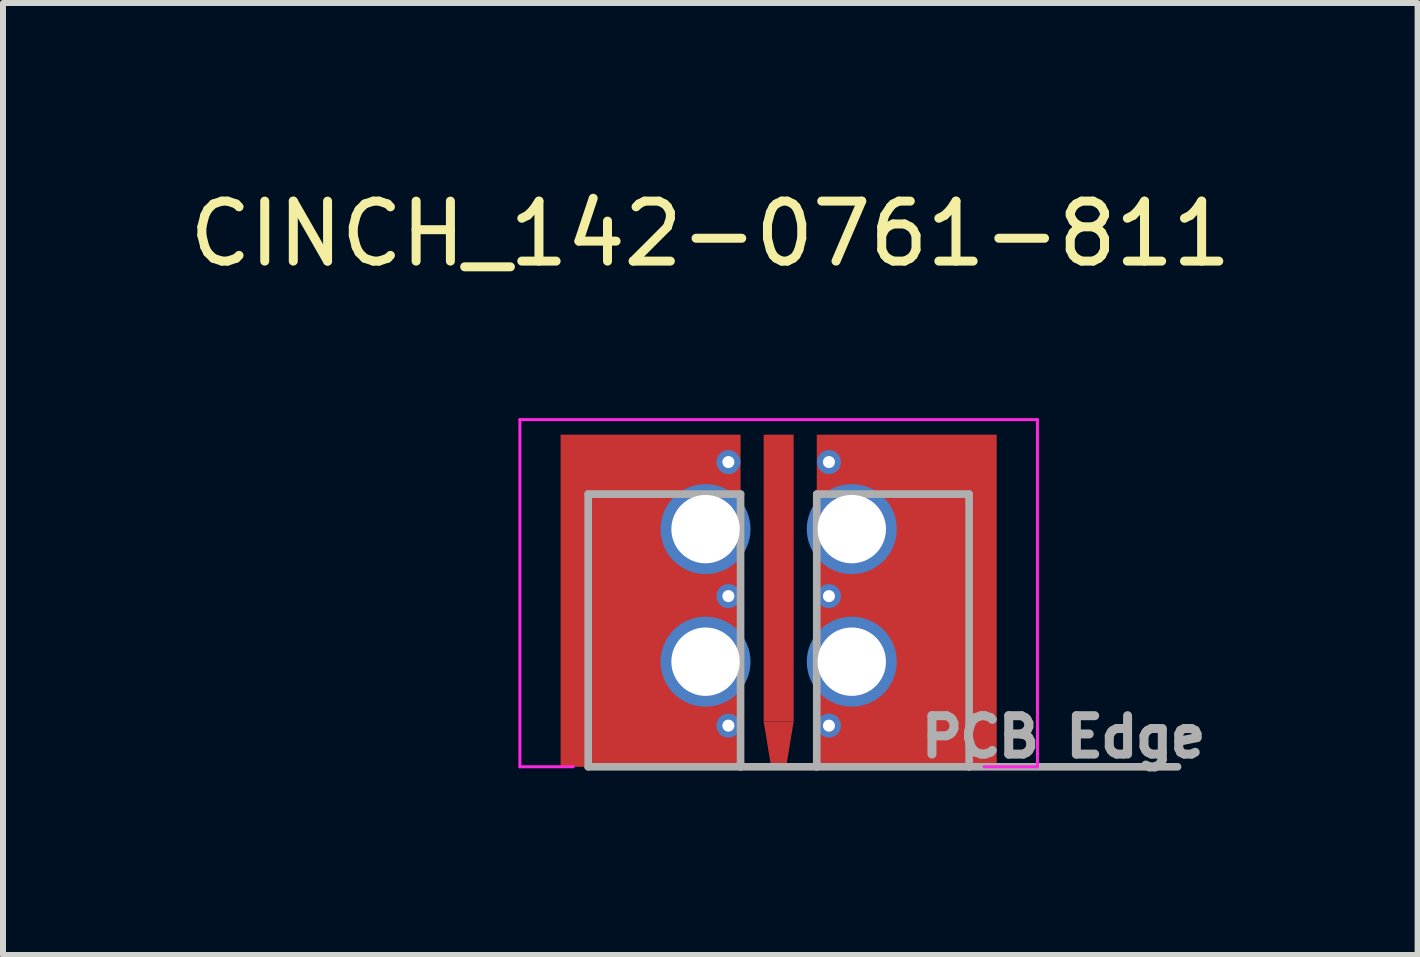
<source format=kicad_pcb>
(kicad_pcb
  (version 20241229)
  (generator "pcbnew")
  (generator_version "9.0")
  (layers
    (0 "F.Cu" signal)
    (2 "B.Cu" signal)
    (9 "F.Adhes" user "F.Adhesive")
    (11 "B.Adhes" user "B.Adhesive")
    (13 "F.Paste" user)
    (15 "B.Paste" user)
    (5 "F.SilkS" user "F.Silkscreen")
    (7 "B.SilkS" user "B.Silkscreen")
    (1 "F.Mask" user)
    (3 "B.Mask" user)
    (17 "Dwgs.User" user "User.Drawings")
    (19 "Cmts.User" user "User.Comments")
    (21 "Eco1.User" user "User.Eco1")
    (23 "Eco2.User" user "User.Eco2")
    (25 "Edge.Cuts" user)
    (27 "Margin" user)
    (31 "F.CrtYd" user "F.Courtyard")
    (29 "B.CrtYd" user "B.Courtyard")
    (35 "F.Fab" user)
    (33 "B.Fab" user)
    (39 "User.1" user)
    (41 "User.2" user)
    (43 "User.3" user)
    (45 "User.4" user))
  (footprint "CINCH_142-0761-811"
    (layer "F.Cu")
    (at 9.931 4.196)
    (property "Reference" "CINCH_142-0761-811" (at -1.139 -3.348 0) (layer "F.SilkS") (effects (font (size 1 1) (thickness 0.15))))
    (attr through_hole)
    (fp_line (start -4.314 -0.25) (end -4.314 5.537) (stroke (width 0.05) (type solid)) (layer "F.CrtYd"))
    (fp_line (start -4.314 5.537) (end -3.425 5.537) (stroke (width 0.05) (type solid)) (layer "F.CrtYd"))
    (fp_line (start 3.425 5.537) (end 4.314 5.537) (stroke (width 0.05) (type solid)) (layer "F.CrtYd"))
    (fp_line (start 4.314 -0.25) (end -4.314 -0.25) (stroke (width 0.05) (type solid)) (layer "F.CrtYd"))
    (fp_line (start 4.314 5.537) (end 4.314 -0.25) (stroke (width 0.05) (type solid)) (layer "F.CrtYd"))
    (fp_line (start -3.175 0.991) (end -0.635 0.991) (stroke (width 0.127) (type solid)) (layer "F.Fab"))
    (fp_line (start -3.175 5.537) (end -3.175 0.991) (stroke (width 0.127) (type solid)) (layer "F.Fab"))
    (fp_line (start -3.175 5.537) (end -0.635 5.537) (stroke (width 0.127) (type solid)) (layer "F.Fab"))
    (fp_line (start -0.635 0.991) (end -0.635 5.537) (stroke (width 0.127) (type solid)) (layer "F.Fab"))
    (fp_line (start -0.635 5.537) (end 0.635 5.537) (stroke (width 0.127) (type solid)) (layer "F.Fab"))
    (fp_line (start 0.635 0.991) (end 3.175 0.991) (stroke (width 0.127) (type solid)) (layer "F.Fab"))
    (fp_line (start 0.635 5.537) (end 0.635 0.991) (stroke (width 0.127) (type solid)) (layer "F.Fab"))
    (fp_line (start 0.635 5.537) (end 3.175 5.537) (stroke (width 0.127) (type solid)) (layer "F.Fab"))
    (fp_line (start 3.175 0.991) (end 3.175 5.537) (stroke (width 0.127) (type solid)) (layer "F.Fab"))
    (fp_line (start 3.175 5.537) (end 6.65 5.537) (stroke (width 0.127) (type solid)) (layer "F.Fab"))
    (fp_text user "PCB Edge" (at 4.75 5.037 0) (layer "F.Fab") (effects (font (size 0.64 0.64) (thickness 0.15))))
    (pad "1" smd rect (at 0 2.391) (size 0.5 4.782) (layers "F.Cu" "F.Mask" "F.Paste"))
    (pad "1" smd trapezoid (at 0 5.162 270) (size 0.76 0.375) (rect_delta 0.125 0) (layers "F.Cu" "F.Mask" "F.Paste"))
    (pad "G" smd rect (at -2.135 2.769) (size 3 5.537) (layers "F.Cu" "F.Mask" "F.Paste"))
    (pad "G" thru_hole circle (at -1.219 1.575) (size 1.2 1.2) (drill 1.14) (layers "*.Cu" "*.Mask") (padstack (mode custom) (layer "B.Cu" (shape circle) (size 1.5 1.5))))
    (pad "G" thru_hole circle (at -1.219 3.785) (size 1.2 1.2) (drill 1.14) (layers "*.Cu" "*.Mask") (padstack (mode custom) (layer "B.Cu" (shape circle) (size 1.5 1.5))))
    (pad "G" thru_hole circle (at -0.838 0.457) (size 0.4 0.4) (drill 0.2) (layers "*.Cu" "*.Mask"))
    (pad "G" thru_hole circle (at -0.838 2.692) (size 0.4 0.4) (drill 0.2) (layers "*.Cu" "*.Mask"))
    (pad "G" thru_hole circle (at -0.838 4.851) (size 0.4 0.4) (drill 0.2) (layers "*.Cu" "*.Mask"))
    (pad "G" thru_hole circle (at 0.838 0.457) (size 0.4 0.4) (drill 0.2) (layers "*.Cu" "*.Mask"))
    (pad "G" thru_hole circle (at 0.838 2.692) (size 0.4 0.4) (drill 0.2) (layers "*.Cu" "*.Mask"))
    (pad "G" thru_hole circle (at 0.838 4.851) (size 0.4 0.4) (drill 0.2) (layers "*.Cu" "*.Mask"))
    (pad "G" thru_hole circle (at 1.219 1.575) (size 1.2 1.2) (drill 1.14) (layers "*.Cu" "*.Mask") (padstack (mode custom) (layer "B.Cu" (shape circle) (size 1.5 1.5))))
    (pad "G" thru_hole circle (at 1.219 3.785) (size 1.2 1.2) (drill 1.14) (layers "*.Cu" "*.Mask") (padstack (mode custom) (layer "B.Cu" (shape circle) (size 1.5 1.5))))
    (pad "G" smd rect (at 2.135 2.769 180) (size 3 5.537) (layers "F.Cu" "F.Mask" "F.Paste")))
  (gr_rect
    (start -3 -3)
    (end 20.583 12.871)
    (stroke (width 0.1) (type default))
    (fill no)
    (layer "Edge.Cuts")))
</source>
